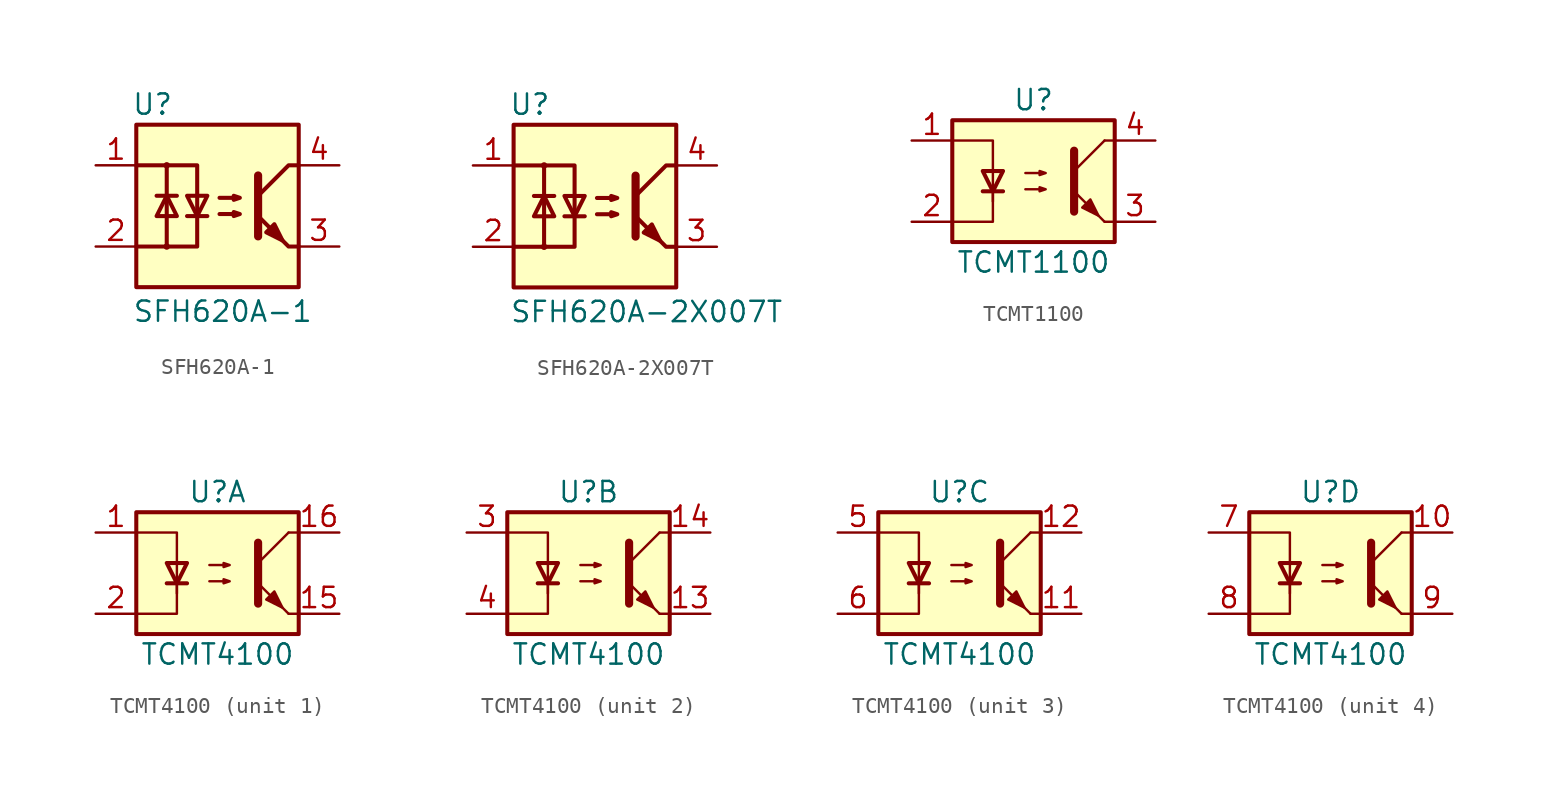
<source format=kicad_sym>
(kicad_symbol_lib
  (version 20241209)
  (generator "kicad_symbol_editor")
  (generator_version "9.0")
  (symbol "SFH620A-1"
    (pin_names
      (offset 1.016))
    (property "Reference" "U"
      (at -4.064 6.35 0)
      (effects (font (size 1.27 1.27))))
    (property "Value" "SFH620A-1"
      (at -5.334 -6.604 0)
      (effects (font (size 1.27 1.27)) (justify left)))
    (symbol "SFH620A-1_0_1"
      (rectangle (start -5.08 5.08) (end 5.08 -5.08) (stroke (width 0.254) (type default)) (fill (type background))))
    (symbol "SFH620A-1_1_1"
      (polyline (pts (xy -5.08 2.54) (xy -3.175 2.54) (xy -3.175 -2.54) (xy -5.08 -2.54)) (stroke (width 0.254) (type default)) (fill (type none)))
      (polyline (pts (xy -3.81 0.635) (xy -2.54 0.635)) (stroke (width 0.254) (type default)) (fill (type none)))
      (circle (center -3.175 2.54) (radius 0.127) (stroke (width 0) (type default)) (fill (type none)))
      (polyline (pts (xy -3.175 0.635) (xy -3.81 -0.635) (xy -2.54 -0.635) (xy -3.175 0.635)) (stroke (width 0.254) (type default)) (fill (type none)))
      (circle (center -3.175 -2.54) (radius 0.127) (stroke (width 0) (type default)) (fill (type none)))
      (polyline (pts (xy -3.175 -2.54) (xy -1.27 -2.54) (xy -1.27 2.54) (xy -3.175 2.54)) (stroke (width 0.254) (type default)) (fill (type none)))
      (polyline (pts (xy -1.905 -0.635) (xy -0.635 -0.635)) (stroke (width 0.254) (type default)) (fill (type none)))
      (polyline (pts (xy -1.27 -0.635) (xy -1.905 0.635) (xy -0.635 0.635) (xy -1.27 -0.635)) (stroke (width 0.254) (type default)) (fill (type none)))
      (polyline (pts (xy 0.127 0.508) (xy 1.397 0.508) (xy 1.016 0.381) (xy 1.016 0.635) (xy 1.397 0.508)) (stroke (width 0.254) (type default)) (fill (type none)))
      (polyline (pts (xy 0.127 -0.508) (xy 1.397 -0.508) (xy 1.016 -0.635) (xy 1.016 -0.381) (xy 1.397 -0.508)) (stroke (width 0.254) (type default)) (fill (type none)))
      (polyline (pts (xy 2.54 1.905) (xy 2.54 -1.905) (xy 2.54 -1.905)) (stroke (width 0.508) (type default)) (fill (type none)))
      (polyline (pts (xy 3.048 -1.651) (xy 3.556 -1.143) (xy 4.064 -2.159) (xy 3.048 -1.651) (xy 3.048 -1.651)) (stroke (width 0.254) (type default)) (fill (type outline)))
      (polyline (pts (xy 5.08 2.54) (xy 4.445 2.54) (xy 2.54 0.635)) (stroke (width 0.254) (type default)) (fill (type none)))
      (polyline (pts (xy 5.08 -2.54) (xy 4.445 -2.54) (xy 2.54 -0.635)) (stroke (width 0.254) (type default)) (fill (type none)))
      (pin passive line (at -7.62 2.54 0) (length 2.54) (name "~" (effects (font (size 1.27 1.27)))) (number "1" (effects (font (size 1.27 1.27)))))
      (pin passive line (at -7.62 -2.54 0) (length 2.54) (name "~" (effects (font (size 1.27 1.27)))) (number "2" (effects (font (size 1.27 1.27)))))
      (pin passive line (at 7.62 2.54 180) (length 2.54) (name "~" (effects (font (size 1.27 1.27)))) (number "4" (effects (font (size 1.27 1.27)))))
      (pin passive line (at 7.62 -2.54 180) (length 2.54) (name "~" (effects (font (size 1.27 1.27)))) (number "3" (effects (font (size 1.27 1.27)))))))
  (symbol "SFH620A-2X007T"
    (pin_names
      (offset 1.016))
    (property "Reference" "U"
      (at -4.064 6.35 0)
      (effects (font (size 1.27 1.27))))
    (property "Value" "SFH620A-2X007T"
      (at -5.334 -6.604 0)
      (effects (font (size 1.27 1.27)) (justify left)))
    (symbol "SFH620A-2X007T_1_1"
      (rectangle (start -5.08 5.08) (end 5.08 -5.08) (stroke (width 0.254) (type default)) (fill (type background)))
      (polyline (pts (xy -5.08 2.54) (xy -3.175 2.54) (xy -3.175 -2.54) (xy -5.08 -2.54)) (stroke (width 0.254) (type default)) (fill (type none)))
      (polyline (pts (xy -3.81 0.635) (xy -2.54 0.635)) (stroke (width 0.254) (type default)) (fill (type none)))
      (circle (center -3.175 2.54) (radius 0.127) (stroke (width 0) (type default)) (fill (type none)))
      (polyline (pts (xy -3.175 0.635) (xy -3.81 -0.635) (xy -2.54 -0.635) (xy -3.175 0.635)) (stroke (width 0.254) (type default)) (fill (type none)))
      (circle (center -3.175 -2.54) (radius 0.127) (stroke (width 0) (type default)) (fill (type none)))
      (polyline (pts (xy -3.175 -2.54) (xy -1.27 -2.54) (xy -1.27 2.54) (xy -3.175 2.54)) (stroke (width 0.254) (type default)) (fill (type none)))
      (polyline (pts (xy -1.905 -0.635) (xy -0.635 -0.635)) (stroke (width 0.254) (type default)) (fill (type none)))
      (polyline (pts (xy -1.27 -0.635) (xy -1.905 0.635) (xy -0.635 0.635) (xy -1.27 -0.635)) (stroke (width 0.254) (type default)) (fill (type none)))
      (polyline (pts (xy 0.127 0.508) (xy 1.397 0.508) (xy 1.016 0.381) (xy 1.016 0.635) (xy 1.397 0.508)) (stroke (width 0.254) (type default)) (fill (type none)))
      (polyline (pts (xy 0.127 -0.508) (xy 1.397 -0.508) (xy 1.016 -0.635) (xy 1.016 -0.381) (xy 1.397 -0.508)) (stroke (width 0.254) (type default)) (fill (type none)))
      (polyline (pts (xy 2.54 1.905) (xy 2.54 -1.905) (xy 2.54 -1.905)) (stroke (width 0.508) (type default)) (fill (type none)))
      (polyline (pts (xy 3.048 -1.651) (xy 3.556 -1.143) (xy 4.064 -2.159) (xy 3.048 -1.651) (xy 3.048 -1.651)) (stroke (width 0.254) (type default)) (fill (type outline)))
      (polyline (pts (xy 5.08 2.54) (xy 4.445 2.54) (xy 2.54 0.635)) (stroke (width 0.254) (type default)) (fill (type none)))
      (polyline (pts (xy 5.08 -2.54) (xy 4.445 -2.54) (xy 2.54 -0.635)) (stroke (width 0.254) (type default)) (fill (type none)))
      (pin passive line (at -7.62 2.54 0) (length 2.54) (name "~" (effects (font (size 1.27 1.27)))) (number "1" (effects (font (size 1.27 1.27)))))
      (pin passive line (at -7.62 -2.54 0) (length 2.54) (name "~" (effects (font (size 1.27 1.27)))) (number "2" (effects (font (size 1.27 1.27)))))
      (pin passive line (at 7.62 2.54 180) (length 2.54) (name "~" (effects (font (size 1.27 1.27)))) (number "4" (effects (font (size 1.27 1.27)))))
      (pin passive line (at 7.62 -2.54 180) (length 2.54) (name "~" (effects (font (size 1.27 1.27)))) (number "3" (effects (font (size 1.27 1.27)))))))
  (symbol "TCMT1100"
    (pin_names
      (offset 1.016))
    (property "Reference" "U"
      (at 0 5.08 0)
      (effects (font (size 1.27 1.27))))
    (property "Value" "TCMT1100"
      (at 0 -5.08 0)
      (effects (font (size 1.27 1.27))))
    (symbol "TCMT1100_1_1"
      (rectangle (start -5.08 3.81) (end 5.08 -3.81) (stroke (width 0.254) (type default)) (fill (type background)))
      (polyline (pts (xy -5.08 2.54) (xy -2.54 2.54) (xy -2.54 -1.27) (xy -2.54 0.635)) (stroke (width 0) (type default)) (fill (type none)))
      (polyline (pts (xy -3.175 -0.635) (xy -1.905 -0.635)) (stroke (width 0.254) (type default)) (fill (type none)))
      (polyline (pts (xy -2.54 -0.635) (xy -2.54 -2.54) (xy -5.08 -2.54)) (stroke (width 0) (type default)) (fill (type none)))
      (polyline (pts (xy -2.54 -0.635) (xy -3.175 0.635) (xy -1.905 0.635) (xy -2.54 -0.635)) (stroke (width 0.254) (type default)) (fill (type none)))
      (polyline (pts (xy -0.508 0.508) (xy 0.762 0.508) (xy 0.381 0.381) (xy 0.381 0.635) (xy 0.762 0.508)) (stroke (width 0) (type default)) (fill (type none)))
      (polyline (pts (xy -0.508 -0.508) (xy 0.762 -0.508) (xy 0.381 -0.635) (xy 0.381 -0.381) (xy 0.762 -0.508)) (stroke (width 0) (type default)) (fill (type none)))
      (polyline (pts (xy 2.54 1.905) (xy 2.54 -1.905) (xy 2.54 -1.905)) (stroke (width 0.508) (type default)) (fill (type none)))
      (polyline (pts (xy 2.54 0.635) (xy 4.445 2.54)) (stroke (width 0) (type default)) (fill (type none)))
      (polyline (pts (xy 3.048 -1.651) (xy 3.556 -1.143) (xy 4.064 -2.159) (xy 3.048 -1.651) (xy 3.048 -1.651)) (stroke (width 0) (type default)) (fill (type outline)))
      (polyline (pts (xy 4.445 2.54) (xy 5.08 2.54)) (stroke (width 0) (type default)) (fill (type none)))
      (polyline (pts (xy 4.445 -2.54) (xy 2.54 -0.635)) (stroke (width 0) (type default)) (fill (type outline)))
      (polyline (pts (xy 4.445 -2.54) (xy 5.08 -2.54)) (stroke (width 0) (type default)) (fill (type none)))
      (pin passive line (at -7.62 2.54 0) (length 2.54) (name "~" (effects (font (size 1.27 1.27)))) (number "1" (effects (font (size 1.27 1.27)))))
      (pin passive line (at -7.62 -2.54 0) (length 2.54) (name "~" (effects (font (size 1.27 1.27)))) (number "2" (effects (font (size 1.27 1.27)))))
      (pin passive line (at 7.62 2.54 180) (length 2.54) (name "~" (effects (font (size 1.27 1.27)))) (number "4" (effects (font (size 1.27 1.27)))))
      (pin passive line (at 7.62 -2.54 180) (length 2.54) (name "~" (effects (font (size 1.27 1.27)))) (number "3" (effects (font (size 1.27 1.27)))))))
  (symbol "TCMT4100"
    (pin_names
      (offset 1.016))
    (property "Reference" "U"
      (at 0 5.08 0)
      (effects (font (size 1.27 1.27))))
    (property "Value" "TCMT4100"
      (at 0 -5.08 0)
      (effects (font (size 1.27 1.27))))
    (symbol "TCMT4100_1_1"
      (rectangle (start -5.08 3.81) (end 5.08 -3.81) (stroke (width 0.254) (type default)) (fill (type background)))
      (polyline (pts (xy -5.08 2.54) (xy -2.54 2.54) (xy -2.54 -1.27) (xy -2.54 0.635)) (stroke (width 0) (type default)) (fill (type none)))
      (polyline (pts (xy -3.175 -0.635) (xy -1.905 -0.635)) (stroke (width 0.254) (type default)) (fill (type none)))
      (polyline (pts (xy -2.54 -0.635) (xy -2.54 -2.54) (xy -5.08 -2.54)) (stroke (width 0) (type default)) (fill (type none)))
      (polyline (pts (xy -2.54 -0.635) (xy -3.175 0.635) (xy -1.905 0.635) (xy -2.54 -0.635)) (stroke (width 0.254) (type default)) (fill (type none)))
      (polyline (pts (xy -0.508 0.508) (xy 0.762 0.508) (xy 0.381 0.381) (xy 0.381 0.635) (xy 0.762 0.508)) (stroke (width 0) (type default)) (fill (type none)))
      (polyline (pts (xy -0.508 -0.508) (xy 0.762 -0.508) (xy 0.381 -0.635) (xy 0.381 -0.381) (xy 0.762 -0.508)) (stroke (width 0) (type default)) (fill (type none)))
      (polyline (pts (xy 2.54 1.905) (xy 2.54 -1.905) (xy 2.54 -1.905)) (stroke (width 0.508) (type default)) (fill (type none)))
      (polyline (pts (xy 2.54 0.635) (xy 4.445 2.54)) (stroke (width 0) (type default)) (fill (type none)))
      (polyline (pts (xy 3.048 -1.651) (xy 3.556 -1.143) (xy 4.064 -2.159) (xy 3.048 -1.651) (xy 3.048 -1.651)) (stroke (width 0) (type default)) (fill (type outline)))
      (polyline (pts (xy 4.445 2.54) (xy 5.08 2.54)) (stroke (width 0) (type default)) (fill (type none)))
      (polyline (pts (xy 4.445 -2.54) (xy 2.54 -0.635)) (stroke (width 0) (type default)) (fill (type outline)))
      (polyline (pts (xy 4.445 -2.54) (xy 5.08 -2.54)) (stroke (width 0) (type default)) (fill (type none)))
      (pin passive line (at -7.62 2.54 0) (length 2.54) (name "~" (effects (font (size 1.27 1.27)))) (number "1" (effects (font (size 1.27 1.27)))))
      (pin passive line (at -7.62 -2.54 0) (length 2.54) (name "~" (effects (font (size 1.27 1.27)))) (number "2" (effects (font (size 1.27 1.27)))))
      (pin passive line (at 7.62 2.54 180) (length 2.54) (name "~" (effects (font (size 1.27 1.27)))) (number "16" (effects (font (size 1.27 1.27)))))
      (pin passive line (at 7.62 -2.54 180) (length 2.54) (name "~" (effects (font (size 1.27 1.27)))) (number "15" (effects (font (size 1.27 1.27))))))
    (symbol "TCMT4100_2_1"
      (rectangle (start -5.08 3.81) (end 5.08 -3.81) (stroke (width 0.254) (type default)) (fill (type background)))
      (polyline (pts (xy -5.08 2.54) (xy -2.54 2.54) (xy -2.54 -1.27) (xy -2.54 0.635)) (stroke (width 0) (type default)) (fill (type none)))
      (polyline (pts (xy -3.175 -0.635) (xy -1.905 -0.635)) (stroke (width 0.254) (type default)) (fill (type none)))
      (polyline (pts (xy -2.54 -0.635) (xy -2.54 -2.54) (xy -5.08 -2.54)) (stroke (width 0) (type default)) (fill (type none)))
      (polyline (pts (xy -2.54 -0.635) (xy -3.175 0.635) (xy -1.905 0.635) (xy -2.54 -0.635)) (stroke (width 0.254) (type default)) (fill (type none)))
      (polyline (pts (xy -0.508 0.508) (xy 0.762 0.508) (xy 0.381 0.381) (xy 0.381 0.635) (xy 0.762 0.508)) (stroke (width 0) (type default)) (fill (type none)))
      (polyline (pts (xy -0.508 -0.508) (xy 0.762 -0.508) (xy 0.381 -0.635) (xy 0.381 -0.381) (xy 0.762 -0.508)) (stroke (width 0) (type default)) (fill (type none)))
      (polyline (pts (xy 2.54 1.905) (xy 2.54 -1.905) (xy 2.54 -1.905)) (stroke (width 0.508) (type default)) (fill (type none)))
      (polyline (pts (xy 2.54 0.635) (xy 4.445 2.54)) (stroke (width 0) (type default)) (fill (type none)))
      (polyline (pts (xy 3.048 -1.651) (xy 3.556 -1.143) (xy 4.064 -2.159) (xy 3.048 -1.651) (xy 3.048 -1.651)) (stroke (width 0) (type default)) (fill (type outline)))
      (polyline (pts (xy 4.445 2.54) (xy 5.08 2.54)) (stroke (width 0) (type default)) (fill (type none)))
      (polyline (pts (xy 4.445 -2.54) (xy 2.54 -0.635)) (stroke (width 0) (type default)) (fill (type outline)))
      (polyline (pts (xy 4.445 -2.54) (xy 5.08 -2.54)) (stroke (width 0) (type default)) (fill (type none)))
      (pin passive line (at -7.62 2.54 0) (length 2.54) (name "~" (effects (font (size 1.27 1.27)))) (number "3" (effects (font (size 1.27 1.27)))))
      (pin passive line (at -7.62 -2.54 0) (length 2.54) (name "~" (effects (font (size 1.27 1.27)))) (number "4" (effects (font (size 1.27 1.27)))))
      (pin passive line (at 7.62 2.54 180) (length 2.54) (name "~" (effects (font (size 1.27 1.27)))) (number "14" (effects (font (size 1.27 1.27)))))
      (pin passive line (at 7.62 -2.54 180) (length 2.54) (name "~" (effects (font (size 1.27 1.27)))) (number "13" (effects (font (size 1.27 1.27))))))
    (symbol "TCMT4100_3_1"
      (rectangle (start -5.08 3.81) (end 5.08 -3.81) (stroke (width 0.254) (type default)) (fill (type background)))
      (polyline (pts (xy -5.08 2.54) (xy -2.54 2.54) (xy -2.54 -1.27) (xy -2.54 0.635)) (stroke (width 0) (type default)) (fill (type none)))
      (polyline (pts (xy -3.175 -0.635) (xy -1.905 -0.635)) (stroke (width 0.254) (type default)) (fill (type none)))
      (polyline (pts (xy -2.54 -0.635) (xy -2.54 -2.54) (xy -5.08 -2.54)) (stroke (width 0) (type default)) (fill (type none)))
      (polyline (pts (xy -2.54 -0.635) (xy -3.175 0.635) (xy -1.905 0.635) (xy -2.54 -0.635)) (stroke (width 0.254) (type default)) (fill (type none)))
      (polyline (pts (xy -0.508 0.508) (xy 0.762 0.508) (xy 0.381 0.381) (xy 0.381 0.635) (xy 0.762 0.508)) (stroke (width 0) (type default)) (fill (type none)))
      (polyline (pts (xy -0.508 -0.508) (xy 0.762 -0.508) (xy 0.381 -0.635) (xy 0.381 -0.381) (xy 0.762 -0.508)) (stroke (width 0) (type default)) (fill (type none)))
      (polyline (pts (xy 2.54 1.905) (xy 2.54 -1.905) (xy 2.54 -1.905)) (stroke (width 0.508) (type default)) (fill (type none)))
      (polyline (pts (xy 2.54 0.635) (xy 4.445 2.54)) (stroke (width 0) (type default)) (fill (type none)))
      (polyline (pts (xy 3.048 -1.651) (xy 3.556 -1.143) (xy 4.064 -2.159) (xy 3.048 -1.651) (xy 3.048 -1.651)) (stroke (width 0) (type default)) (fill (type outline)))
      (polyline (pts (xy 4.445 2.54) (xy 5.08 2.54)) (stroke (width 0) (type default)) (fill (type none)))
      (polyline (pts (xy 4.445 -2.54) (xy 2.54 -0.635)) (stroke (width 0) (type default)) (fill (type outline)))
      (polyline (pts (xy 4.445 -2.54) (xy 5.08 -2.54)) (stroke (width 0) (type default)) (fill (type none)))
      (pin passive line (at -7.62 2.54 0) (length 2.54) (name "~" (effects (font (size 1.27 1.27)))) (number "5" (effects (font (size 1.27 1.27)))))
      (pin passive line (at -7.62 -2.54 0) (length 2.54) (name "~" (effects (font (size 1.27 1.27)))) (number "6" (effects (font (size 1.27 1.27)))))
      (pin passive line (at 7.62 2.54 180) (length 2.54) (name "~" (effects (font (size 1.27 1.27)))) (number "12" (effects (font (size 1.27 1.27)))))
      (pin passive line (at 7.62 -2.54 180) (length 2.54) (name "~" (effects (font (size 1.27 1.27)))) (number "11" (effects (font (size 1.27 1.27))))))
    (symbol "TCMT4100_4_1"
      (rectangle (start -5.08 3.81) (end 5.08 -3.81) (stroke (width 0.254) (type default)) (fill (type background)))
      (polyline (pts (xy -5.08 2.54) (xy -2.54 2.54) (xy -2.54 -1.27) (xy -2.54 0.635)) (stroke (width 0) (type default)) (fill (type none)))
      (polyline (pts (xy -3.175 -0.635) (xy -1.905 -0.635)) (stroke (width 0.254) (type default)) (fill (type none)))
      (polyline (pts (xy -2.54 -0.635) (xy -2.54 -2.54) (xy -5.08 -2.54)) (stroke (width 0) (type default)) (fill (type none)))
      (polyline (pts (xy -2.54 -0.635) (xy -3.175 0.635) (xy -1.905 0.635) (xy -2.54 -0.635)) (stroke (width 0.254) (type default)) (fill (type none)))
      (polyline (pts (xy -0.508 0.508) (xy 0.762 0.508) (xy 0.381 0.381) (xy 0.381 0.635) (xy 0.762 0.508)) (stroke (width 0) (type default)) (fill (type none)))
      (polyline (pts (xy -0.508 -0.508) (xy 0.762 -0.508) (xy 0.381 -0.635) (xy 0.381 -0.381) (xy 0.762 -0.508)) (stroke (width 0) (type default)) (fill (type none)))
      (polyline (pts (xy 2.54 1.905) (xy 2.54 -1.905) (xy 2.54 -1.905)) (stroke (width 0.508) (type default)) (fill (type none)))
      (polyline (pts (xy 2.54 0.635) (xy 4.445 2.54)) (stroke (width 0) (type default)) (fill (type none)))
      (polyline (pts (xy 3.048 -1.651) (xy 3.556 -1.143) (xy 4.064 -2.159) (xy 3.048 -1.651) (xy 3.048 -1.651)) (stroke (width 0) (type default)) (fill (type outline)))
      (polyline (pts (xy 4.445 2.54) (xy 5.08 2.54)) (stroke (width 0) (type default)) (fill (type none)))
      (polyline (pts (xy 4.445 -2.54) (xy 2.54 -0.635)) (stroke (width 0) (type default)) (fill (type outline)))
      (polyline (pts (xy 4.445 -2.54) (xy 5.08 -2.54)) (stroke (width 0) (type default)) (fill (type none)))
      (pin passive line (at -7.62 2.54 0) (length 2.54) (name "~" (effects (font (size 1.27 1.27)))) (number "7" (effects (font (size 1.27 1.27)))))
      (pin passive line (at -7.62 -2.54 0) (length 2.54) (name "~" (effects (font (size 1.27 1.27)))) (number "8" (effects (font (size 1.27 1.27)))))
      (pin passive line (at 7.62 2.54 180) (length 2.54) (name "~" (effects (font (size 1.27 1.27)))) (number "10" (effects (font (size 1.27 1.27)))))
      (pin passive line (at 7.62 -2.54 180) (length 2.54) (name "~" (effects (font (size 1.27 1.27)))) (number "9" (effects (font (size 1.27 1.27))))))))
</source>
